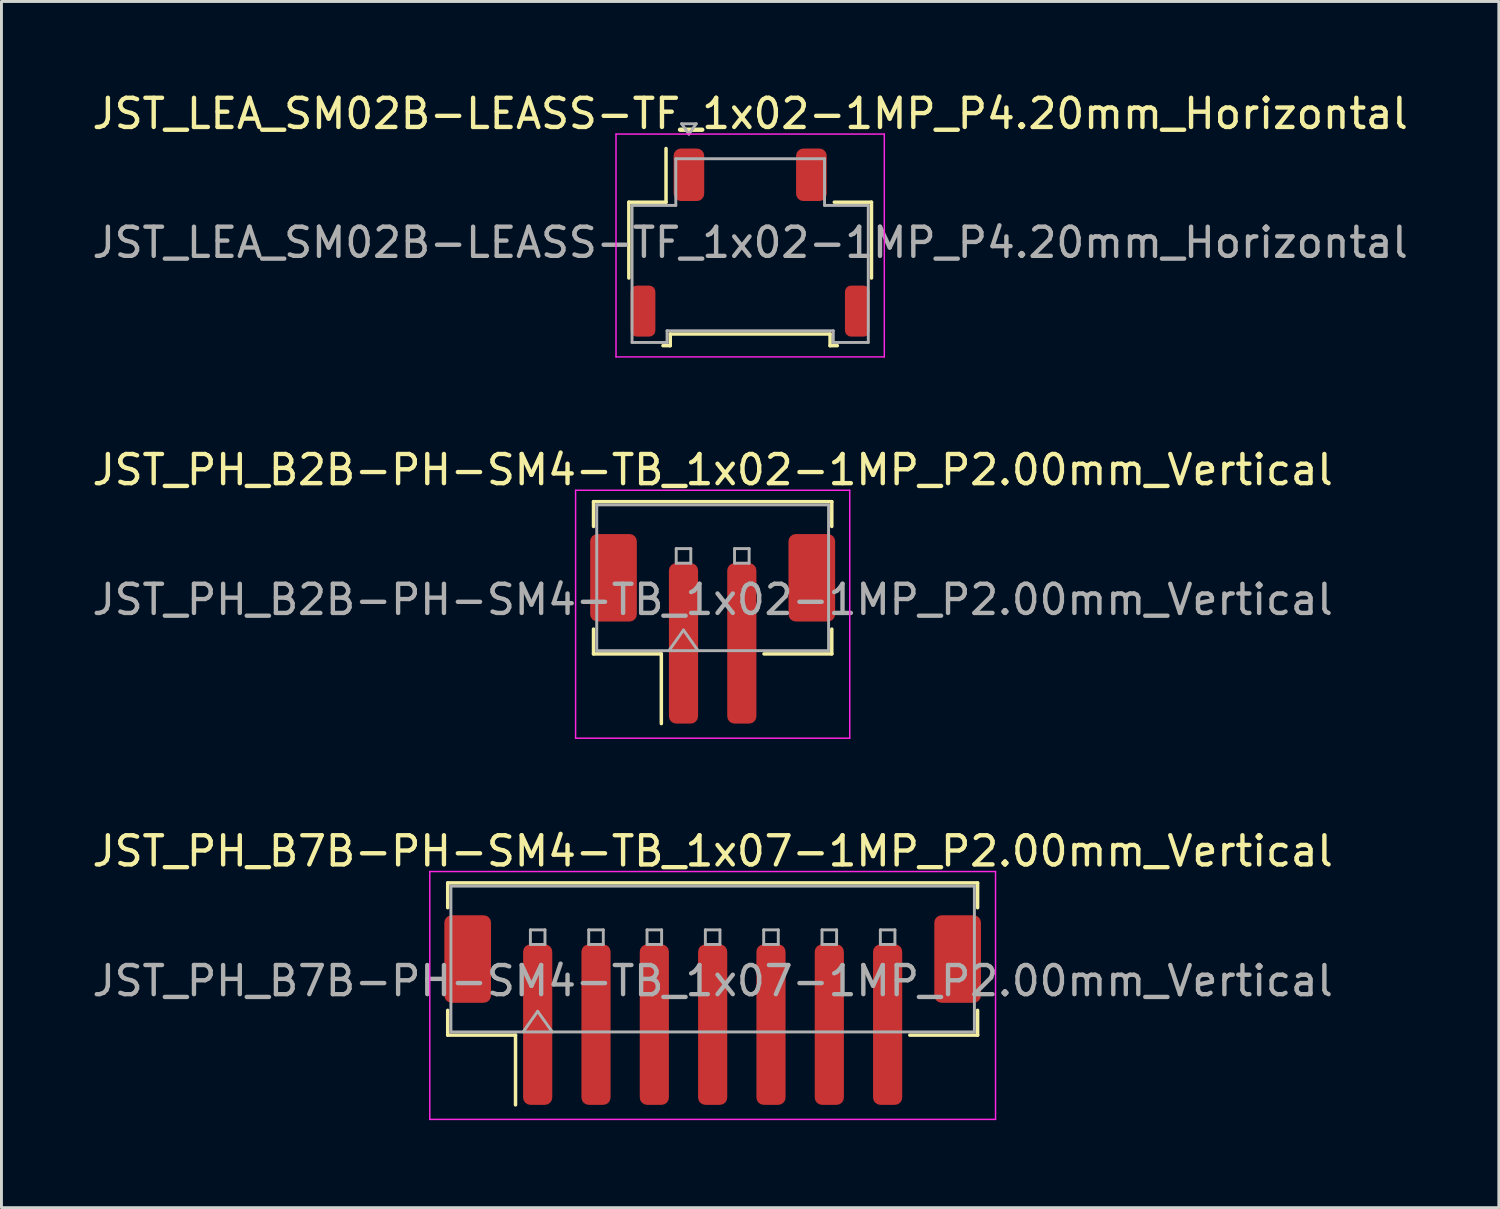
<source format=kicad_pcb>
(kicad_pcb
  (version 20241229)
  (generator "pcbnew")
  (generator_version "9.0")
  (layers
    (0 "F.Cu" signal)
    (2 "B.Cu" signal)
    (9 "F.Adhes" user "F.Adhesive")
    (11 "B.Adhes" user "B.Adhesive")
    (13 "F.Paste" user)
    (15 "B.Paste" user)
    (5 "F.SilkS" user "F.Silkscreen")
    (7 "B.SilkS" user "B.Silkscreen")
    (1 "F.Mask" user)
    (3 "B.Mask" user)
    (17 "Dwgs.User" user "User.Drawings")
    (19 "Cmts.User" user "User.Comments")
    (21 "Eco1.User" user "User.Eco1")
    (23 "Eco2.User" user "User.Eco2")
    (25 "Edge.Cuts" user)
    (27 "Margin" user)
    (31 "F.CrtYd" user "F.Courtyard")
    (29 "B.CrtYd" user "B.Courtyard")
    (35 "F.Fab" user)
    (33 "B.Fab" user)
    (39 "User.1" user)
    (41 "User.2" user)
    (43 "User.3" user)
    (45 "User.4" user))
  (footprint "JST_LEA_SM02B-LEASS-TF_1x02-1MP_P4.20mm_Horizontal"
    (layer "F.Cu")
    (at 22.673 5.268)
    (property "Reference" "JST_LEA_SM02B-LEASS-TF_1x02-1MP_P4.20mm_Horizontal" (at 0 -4.42 0) (layer "F.SilkS") (effects (font (size 1 1) (thickness 0.15))))
    (attr smd)
    (fp_line (start -4.16 -1.385) (end -2.885 -1.385) (stroke (width 0.12) (type solid)) (layer "F.SilkS"))
    (fp_line (start -4.16 1.215) (end -4.16 -1.385) (stroke (width 0.12) (type solid)) (layer "F.SilkS"))
    (fp_line (start -2.99 3.535) (end -2.74 3.535) (stroke (width 0.12) (type solid)) (layer "F.SilkS"))
    (fp_line (start -2.885 -1.385) (end -2.885 -3.225) (stroke (width 0.12) (type solid)) (layer "F.SilkS"))
    (fp_line (start -2.74 3.135) (end 2.74 3.135) (stroke (width 0.12) (type solid)) (layer "F.SilkS"))
    (fp_line (start -2.74 3.535) (end -2.74 3.135) (stroke (width 0.12) (type solid)) (layer "F.SilkS"))
    (fp_line (start 2.74 3.135) (end 2.74 3.535) (stroke (width 0.12) (type solid)) (layer "F.SilkS"))
    (fp_line (start 2.74 3.535) (end 2.99 3.535) (stroke (width 0.12) (type solid)) (layer "F.SilkS"))
    (fp_line (start 4.16 -1.385) (end 2.885 -1.385) (stroke (width 0.12) (type solid)) (layer "F.SilkS"))
    (fp_line (start 4.16 1.215) (end 4.16 -1.385) (stroke (width 0.12) (type solid)) (layer "F.SilkS"))
    (fp_line (start -4.6 -3.72) (end -4.6 3.92) (stroke (width 0.05) (type solid)) (layer "F.CrtYd"))
    (fp_line (start -4.6 3.92) (end 4.6 3.92) (stroke (width 0.05) (type solid)) (layer "F.CrtYd"))
    (fp_line (start 4.6 -3.72) (end -4.6 -3.72) (stroke (width 0.05) (type solid)) (layer "F.CrtYd"))
    (fp_line (start 4.6 3.92) (end 4.6 -3.72) (stroke (width 0.05) (type solid)) (layer "F.CrtYd"))
    (fp_line (start -4.05 -1.275) (end -4.05 3.425) (stroke (width 0.1) (type solid)) (layer "F.Fab"))
    (fp_line (start -4.05 -1.275) (end -2.55 -1.275) (stroke (width 0.1) (type solid)) (layer "F.Fab"))
    (fp_line (start -4.05 3.425) (end -2.85 3.425) (stroke (width 0.1) (type solid)) (layer "F.Fab"))
    (fp_line (start -2.85 3.025) (end 2.85 3.025) (stroke (width 0.1) (type solid)) (layer "F.Fab"))
    (fp_line (start -2.85 3.425) (end -2.85 3.025) (stroke (width 0.1) (type solid)) (layer "F.Fab"))
    (fp_line (start -2.55 -2.875) (end 2.55 -2.875) (stroke (width 0.1) (type solid)) (layer "F.Fab"))
    (fp_line (start -2.55 -1.275) (end -2.55 -2.875) (stroke (width 0.1) (type solid)) (layer "F.Fab"))
    (fp_line (start -2.35 -4.074) (end -2.1 -3.72) (stroke (width 0.1) (type solid)) (layer "F.Fab"))
    (fp_line (start -2.1 -3.72) (end -1.85 -4.074) (stroke (width 0.1) (type solid)) (layer "F.Fab"))
    (fp_line (start -1.85 -4.074) (end -2.35 -4.074) (stroke (width 0.1) (type solid)) (layer "F.Fab"))
    (fp_line (start 2.55 -2.875) (end 2.55 -1.275) (stroke (width 0.1) (type solid)) (layer "F.Fab"))
    (fp_line (start 2.55 -1.275) (end 4.05 -1.275) (stroke (width 0.1) (type solid)) (layer "F.Fab"))
    (fp_line (start 2.85 3.025) (end 2.85 3.425) (stroke (width 0.1) (type solid)) (layer "F.Fab"))
    (fp_line (start 2.85 3.425) (end 4.05 3.425) (stroke (width 0.1) (type solid)) (layer "F.Fab"))
    (fp_line (start 4.05 -1.275) (end 4.05 3.425) (stroke (width 0.1) (type solid)) (layer "F.Fab"))
    (fp_text user "${REFERENCE}" (at 0 0 0) (layer "F.Fab") (effects (font (size 1 1) (thickness 0.15))))
    (pad "1" smd roundrect (at -2.1 -2.325) (size 1.05 1.8) (layers "F.Cu" "F.Mask" "F.Paste") (roundrect_rratio 0.238))
    (pad "2" smd roundrect (at 2.1 -2.325) (size 1.05 1.8) (layers "F.Cu" "F.Mask" "F.Paste") (roundrect_rratio 0.238))
    (pad "MP" smd roundrect (at -3.675 2.35) (size 0.85 1.75) (layers "F.Cu" "F.Mask" "F.Paste") (roundrect_rratio 0.25))
    (pad "MP" smd roundrect (at 3.675 2.35) (size 0.85 1.75) (layers "F.Cu" "F.Mask" "F.Paste") (roundrect_rratio 0.25)))
  (footprint "JST_PH_B7B-PH-SM4-TB_1x07-1MP_P2.00mm_Vertical"
    (layer "F.Cu")
    (at 21.387 31.585)
    (property "Reference" "JST_PH_B7B-PH-SM4-TB_1x07-1MP_P2.00mm_Vertical" (at 0 -5.45 0) (layer "F.SilkS") (effects (font (size 1 1) (thickness 0.15))))
    (attr smd)
    (fp_line (start -9.085 -4.36) (end 9.085 -4.36) (stroke (width 0.12) (type solid)) (layer "F.SilkS"))
    (fp_line (start -9.085 -3.51) (end -9.085 -4.36) (stroke (width 0.12) (type solid)) (layer "F.SilkS"))
    (fp_line (start -9.085 0.01) (end -9.085 0.86) (stroke (width 0.12) (type solid)) (layer "F.SilkS"))
    (fp_line (start -9.085 0.86) (end -6.76 0.86) (stroke (width 0.12) (type solid)) (layer "F.SilkS"))
    (fp_line (start -6.76 0.86) (end -6.76 3.25) (stroke (width 0.12) (type solid)) (layer "F.SilkS"))
    (fp_line (start 9.085 -4.36) (end 9.085 -3.51) (stroke (width 0.12) (type solid)) (layer "F.SilkS"))
    (fp_line (start 9.085 0.01) (end 9.085 0.86) (stroke (width 0.12) (type solid)) (layer "F.SilkS"))
    (fp_line (start 9.085 0.86) (end 6.76 0.86) (stroke (width 0.12) (type solid)) (layer "F.SilkS"))
    (fp_line (start -9.7 -4.75) (end -9.7 3.75) (stroke (width 0.05) (type solid)) (layer "F.CrtYd"))
    (fp_line (start -9.7 3.75) (end 9.7 3.75) (stroke (width 0.05) (type solid)) (layer "F.CrtYd"))
    (fp_line (start 9.7 -4.75) (end -9.7 -4.75) (stroke (width 0.05) (type solid)) (layer "F.CrtYd"))
    (fp_line (start 9.7 3.75) (end 9.7 -4.75) (stroke (width 0.05) (type solid)) (layer "F.CrtYd"))
    (fp_line (start -8.975 -4.25) (end 8.975 -4.25) (stroke (width 0.1) (type solid)) (layer "F.Fab"))
    (fp_line (start -8.975 0.75) (end -8.975 -4.25) (stroke (width 0.1) (type solid)) (layer "F.Fab"))
    (fp_line (start -8.975 0.75) (end 8.975 0.75) (stroke (width 0.1) (type solid)) (layer "F.Fab"))
    (fp_line (start -6.5 0.75) (end -6 0.043) (stroke (width 0.1) (type solid)) (layer "F.Fab"))
    (fp_line (start -6.25 -2.75) (end -6.25 -2.25) (stroke (width 0.1) (type solid)) (layer "F.Fab"))
    (fp_line (start -6.25 -2.25) (end -5.75 -2.25) (stroke (width 0.1) (type solid)) (layer "F.Fab"))
    (fp_line (start -6 0.043) (end -5.5 0.75) (stroke (width 0.1) (type solid)) (layer "F.Fab"))
    (fp_line (start -5.75 -2.75) (end -6.25 -2.75) (stroke (width 0.1) (type solid)) (layer "F.Fab"))
    (fp_line (start -5.75 -2.25) (end -5.75 -2.75) (stroke (width 0.1) (type solid)) (layer "F.Fab"))
    (fp_line (start -4.25 -2.75) (end -4.25 -2.25) (stroke (width 0.1) (type solid)) (layer "F.Fab"))
    (fp_line (start -4.25 -2.25) (end -3.75 -2.25) (stroke (width 0.1) (type solid)) (layer "F.Fab"))
    (fp_line (start -3.75 -2.75) (end -4.25 -2.75) (stroke (width 0.1) (type solid)) (layer "F.Fab"))
    (fp_line (start -3.75 -2.25) (end -3.75 -2.75) (stroke (width 0.1) (type solid)) (layer "F.Fab"))
    (fp_line (start -2.25 -2.75) (end -2.25 -2.25) (stroke (width 0.1) (type solid)) (layer "F.Fab"))
    (fp_line (start -2.25 -2.25) (end -1.75 -2.25) (stroke (width 0.1) (type solid)) (layer "F.Fab"))
    (fp_line (start -1.75 -2.75) (end -2.25 -2.75) (stroke (width 0.1) (type solid)) (layer "F.Fab"))
    (fp_line (start -1.75 -2.25) (end -1.75 -2.75) (stroke (width 0.1) (type solid)) (layer "F.Fab"))
    (fp_line (start -0.25 -2.75) (end -0.25 -2.25) (stroke (width 0.1) (type solid)) (layer "F.Fab"))
    (fp_line (start -0.25 -2.25) (end 0.25 -2.25) (stroke (width 0.1) (type solid)) (layer "F.Fab"))
    (fp_line (start 0.25 -2.75) (end -0.25 -2.75) (stroke (width 0.1) (type solid)) (layer "F.Fab"))
    (fp_line (start 0.25 -2.25) (end 0.25 -2.75) (stroke (width 0.1) (type solid)) (layer "F.Fab"))
    (fp_line (start 1.75 -2.75) (end 1.75 -2.25) (stroke (width 0.1) (type solid)) (layer "F.Fab"))
    (fp_line (start 1.75 -2.25) (end 2.25 -2.25) (stroke (width 0.1) (type solid)) (layer "F.Fab"))
    (fp_line (start 2.25 -2.75) (end 1.75 -2.75) (stroke (width 0.1) (type solid)) (layer "F.Fab"))
    (fp_line (start 2.25 -2.25) (end 2.25 -2.75) (stroke (width 0.1) (type solid)) (layer "F.Fab"))
    (fp_line (start 3.75 -2.75) (end 3.75 -2.25) (stroke (width 0.1) (type solid)) (layer "F.Fab"))
    (fp_line (start 3.75 -2.25) (end 4.25 -2.25) (stroke (width 0.1) (type solid)) (layer "F.Fab"))
    (fp_line (start 4.25 -2.75) (end 3.75 -2.75) (stroke (width 0.1) (type solid)) (layer "F.Fab"))
    (fp_line (start 4.25 -2.25) (end 4.25 -2.75) (stroke (width 0.1) (type solid)) (layer "F.Fab"))
    (fp_line (start 5.75 -2.75) (end 5.75 -2.25) (stroke (width 0.1) (type solid)) (layer "F.Fab"))
    (fp_line (start 5.75 -2.25) (end 6.25 -2.25) (stroke (width 0.1) (type solid)) (layer "F.Fab"))
    (fp_line (start 6.25 -2.75) (end 5.75 -2.75) (stroke (width 0.1) (type solid)) (layer "F.Fab"))
    (fp_line (start 6.25 -2.25) (end 6.25 -2.75) (stroke (width 0.1) (type solid)) (layer "F.Fab"))
    (fp_line (start 8.975 0.75) (end 8.975 -4.25) (stroke (width 0.1) (type solid)) (layer "F.Fab"))
    (fp_text user "${REFERENCE}" (at 0 -1 0) (layer "F.Fab") (effects (font (size 1 1) (thickness 0.15))))
    (pad "1" smd roundrect (at -6 0.5) (size 1 5.5) (layers "F.Cu" "F.Mask" "F.Paste") (roundrect_rratio 0.25))
    (pad "2" smd roundrect (at -4 0.5) (size 1 5.5) (layers "F.Cu" "F.Mask" "F.Paste") (roundrect_rratio 0.25))
    (pad "3" smd roundrect (at -2 0.5) (size 1 5.5) (layers "F.Cu" "F.Mask" "F.Paste") (roundrect_rratio 0.25))
    (pad "4" smd roundrect (at 0 0.5) (size 1 5.5) (layers "F.Cu" "F.Mask" "F.Paste") (roundrect_rratio 0.25))
    (pad "5" smd roundrect (at 2 0.5) (size 1 5.5) (layers "F.Cu" "F.Mask" "F.Paste") (roundrect_rratio 0.25))
    (pad "6" smd roundrect (at 4 0.5) (size 1 5.5) (layers "F.Cu" "F.Mask" "F.Paste") (roundrect_rratio 0.25))
    (pad "7" smd roundrect (at 6 0.5) (size 1 5.5) (layers "F.Cu" "F.Mask" "F.Paste") (roundrect_rratio 0.25))
    (pad "MP" smd roundrect (at -8.4 -1.75) (size 1.6 3) (layers "F.Cu" "F.Mask" "F.Paste") (roundrect_rratio 0.156))
    (pad "MP" smd roundrect (at 8.4 -1.75) (size 1.6 3) (layers "F.Cu" "F.Mask" "F.Paste") (roundrect_rratio 0.156)))
  (footprint "JST_PH_B2B-PH-SM4-TB_1x02-1MP_P2.00mm_Vertical"
    (layer "F.Cu")
    (at 21.387 18.512)
    (property "Reference" "JST_PH_B2B-PH-SM4-TB_1x02-1MP_P2.00mm_Vertical" (at 0 -5.45 0) (layer "F.SilkS") (effects (font (size 1 1) (thickness 0.15))))
    (attr smd)
    (fp_line (start -4.085 -4.36) (end 4.085 -4.36) (stroke (width 0.12) (type solid)) (layer "F.SilkS"))
    (fp_line (start -4.085 -3.51) (end -4.085 -4.36) (stroke (width 0.12) (type solid)) (layer "F.SilkS"))
    (fp_line (start -4.085 0.01) (end -4.085 0.86) (stroke (width 0.12) (type solid)) (layer "F.SilkS"))
    (fp_line (start -4.085 0.86) (end -1.76 0.86) (stroke (width 0.12) (type solid)) (layer "F.SilkS"))
    (fp_line (start -1.76 0.86) (end -1.76 3.25) (stroke (width 0.12) (type solid)) (layer "F.SilkS"))
    (fp_line (start 4.085 -4.36) (end 4.085 -3.51) (stroke (width 0.12) (type solid)) (layer "F.SilkS"))
    (fp_line (start 4.085 0.01) (end 4.085 0.86) (stroke (width 0.12) (type solid)) (layer "F.SilkS"))
    (fp_line (start 4.085 0.86) (end 1.76 0.86) (stroke (width 0.12) (type solid)) (layer "F.SilkS"))
    (fp_line (start -4.7 -4.75) (end -4.7 3.75) (stroke (width 0.05) (type solid)) (layer "F.CrtYd"))
    (fp_line (start -4.7 3.75) (end 4.7 3.75) (stroke (width 0.05) (type solid)) (layer "F.CrtYd"))
    (fp_line (start 4.7 -4.75) (end -4.7 -4.75) (stroke (width 0.05) (type solid)) (layer "F.CrtYd"))
    (fp_line (start 4.7 3.75) (end 4.7 -4.75) (stroke (width 0.05) (type solid)) (layer "F.CrtYd"))
    (fp_line (start -3.975 -4.25) (end 3.975 -4.25) (stroke (width 0.1) (type solid)) (layer "F.Fab"))
    (fp_line (start -3.975 0.75) (end -3.975 -4.25) (stroke (width 0.1) (type solid)) (layer "F.Fab"))
    (fp_line (start -3.975 0.75) (end 3.975 0.75) (stroke (width 0.1) (type solid)) (layer "F.Fab"))
    (fp_line (start -1.5 0.75) (end -1 0.043) (stroke (width 0.1) (type solid)) (layer "F.Fab"))
    (fp_line (start -1.25 -2.75) (end -1.25 -2.25) (stroke (width 0.1) (type solid)) (layer "F.Fab"))
    (fp_line (start -1.25 -2.25) (end -0.75 -2.25) (stroke (width 0.1) (type solid)) (layer "F.Fab"))
    (fp_line (start -1 0.043) (end -0.5 0.75) (stroke (width 0.1) (type solid)) (layer "F.Fab"))
    (fp_line (start -0.75 -2.75) (end -1.25 -2.75) (stroke (width 0.1) (type solid)) (layer "F.Fab"))
    (fp_line (start -0.75 -2.25) (end -0.75 -2.75) (stroke (width 0.1) (type solid)) (layer "F.Fab"))
    (fp_line (start 0.75 -2.75) (end 0.75 -2.25) (stroke (width 0.1) (type solid)) (layer "F.Fab"))
    (fp_line (start 0.75 -2.25) (end 1.25 -2.25) (stroke (width 0.1) (type solid)) (layer "F.Fab"))
    (fp_line (start 1.25 -2.75) (end 0.75 -2.75) (stroke (width 0.1) (type solid)) (layer "F.Fab"))
    (fp_line (start 1.25 -2.25) (end 1.25 -2.75) (stroke (width 0.1) (type solid)) (layer "F.Fab"))
    (fp_line (start 3.975 0.75) (end 3.975 -4.25) (stroke (width 0.1) (type solid)) (layer "F.Fab"))
    (fp_text user "${REFERENCE}" (at 0 -1 0) (layer "F.Fab") (effects (font (size 1 1) (thickness 0.15))))
    (pad "1" smd roundrect (at -1 0.5) (size 1 5.5) (layers "F.Cu" "F.Mask" "F.Paste") (roundrect_rratio 0.25))
    (pad "2" smd roundrect (at 1 0.5) (size 1 5.5) (layers "F.Cu" "F.Mask" "F.Paste") (roundrect_rratio 0.25))
    (pad "MP" smd roundrect (at -3.4 -1.75) (size 1.6 3) (layers "F.Cu" "F.Mask" "F.Paste") (roundrect_rratio 0.156))
    (pad "MP" smd roundrect (at 3.4 -1.75) (size 1.6 3) (layers "F.Cu" "F.Mask" "F.Paste") (roundrect_rratio 0.156)))
  (gr_rect
    (start -3 -3)
    (end 48.345 38.36)
    (stroke (width 0.1) (type default))
    (fill no)
    (layer "Edge.Cuts")))
</source>
